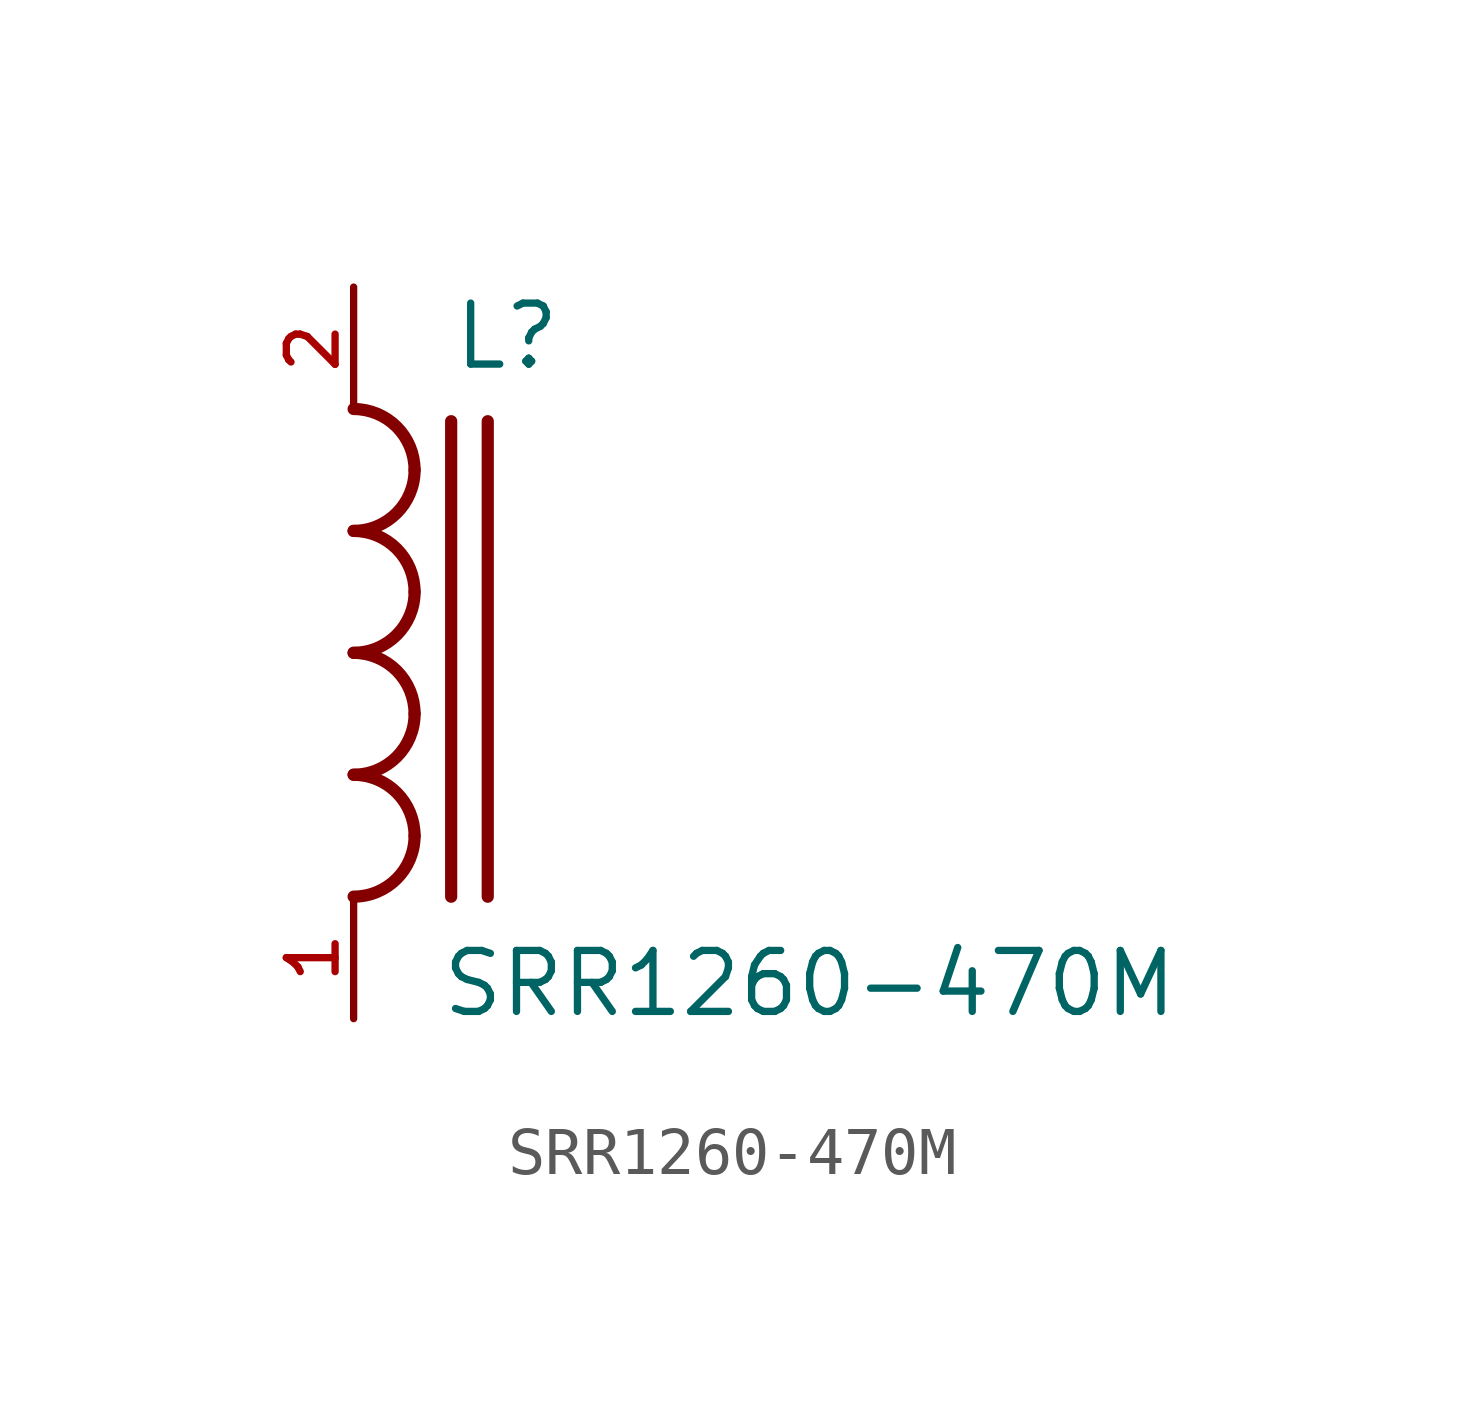
<source format=kicad_sym>
(kicad_symbol_lib
  (version 20211014)
  (generator kicad_symbol_editor)
  (symbol "SRR1260-470M"
    (pin_names
      (offset 1.016))
    (property "Reference" "L"
      (at 2.036 5.853 0)
      (effects (font (size 1.27 1.27)) (justify bottom left)))
    (property "Value" "SRR1260-470M"
      (at 1.781 -7.633 0)
      (effects (font (size 1.27 1.27)) (justify bottom left)))
    (symbol "SRR1260-470M_0_0"
      (arc (start 1.27 3.81) (mid 0.898 4.708) (end 0.0 5.08) (stroke (width 0.254) (type default) (color 0 0 0 0)) (fill (type none)))
      (arc (start 1.27 3.81) (mid 0.898 2.912) (end 0.0 2.54) (stroke (width 0.254) (type default) (color 0 0 0 0)) (fill (type none)))
      (arc (start 1.27 1.27) (mid 0.898 2.168) (end 0.0 2.54) (stroke (width 0.254) (type default) (color 0 0 0 0)) (fill (type none)))
      (arc (start 1.27 1.27) (mid 0.898 0.372) (end 0.0 0.0) (stroke (width 0.254) (type default) (color 0 0 0 0)) (fill (type none)))
      (arc (start 1.27 -1.27) (mid 0.898 -0.372) (end 0.0 0.0) (stroke (width 0.254) (type default) (color 0 0 0 0)) (fill (type none)))
      (arc (start 1.27 -1.27) (mid 0.898 -2.168) (end 0.0 -2.54) (stroke (width 0.254) (type default) (color 0 0 0 0)) (fill (type none)))
      (arc (start 1.27 -3.81) (mid 0.898 -2.912) (end 0.0 -2.54) (stroke (width 0.254) (type default) (color 0 0 0 0)) (fill (type none)))
      (arc (start 1.27 -3.81) (mid 0.898 -4.708) (end 0.0 -5.08) (stroke (width 0.254) (type default) (color 0 0 0 0)) (fill (type none)))
      (polyline (pts (xy 2.032 4.826) (xy 2.032 -5.08)) (stroke (width 0.254)))
      (polyline (pts (xy 2.794 4.826) (xy 2.794 -5.08)) (stroke (width 0.254)))
      (pin passive line (at 0.0 7.62 270.0) (length 2.54) (name "~" (effects (font (size 1.016 1.016)))) (number "2" (effects (font (size 1.016 1.016)))))
      (pin passive line (at 0.0 -7.62 90.0) (length 2.54) (name "~" (effects (font (size 1.016 1.016)))) (number "1" (effects (font (size 1.016 1.016))))))))
</source>
